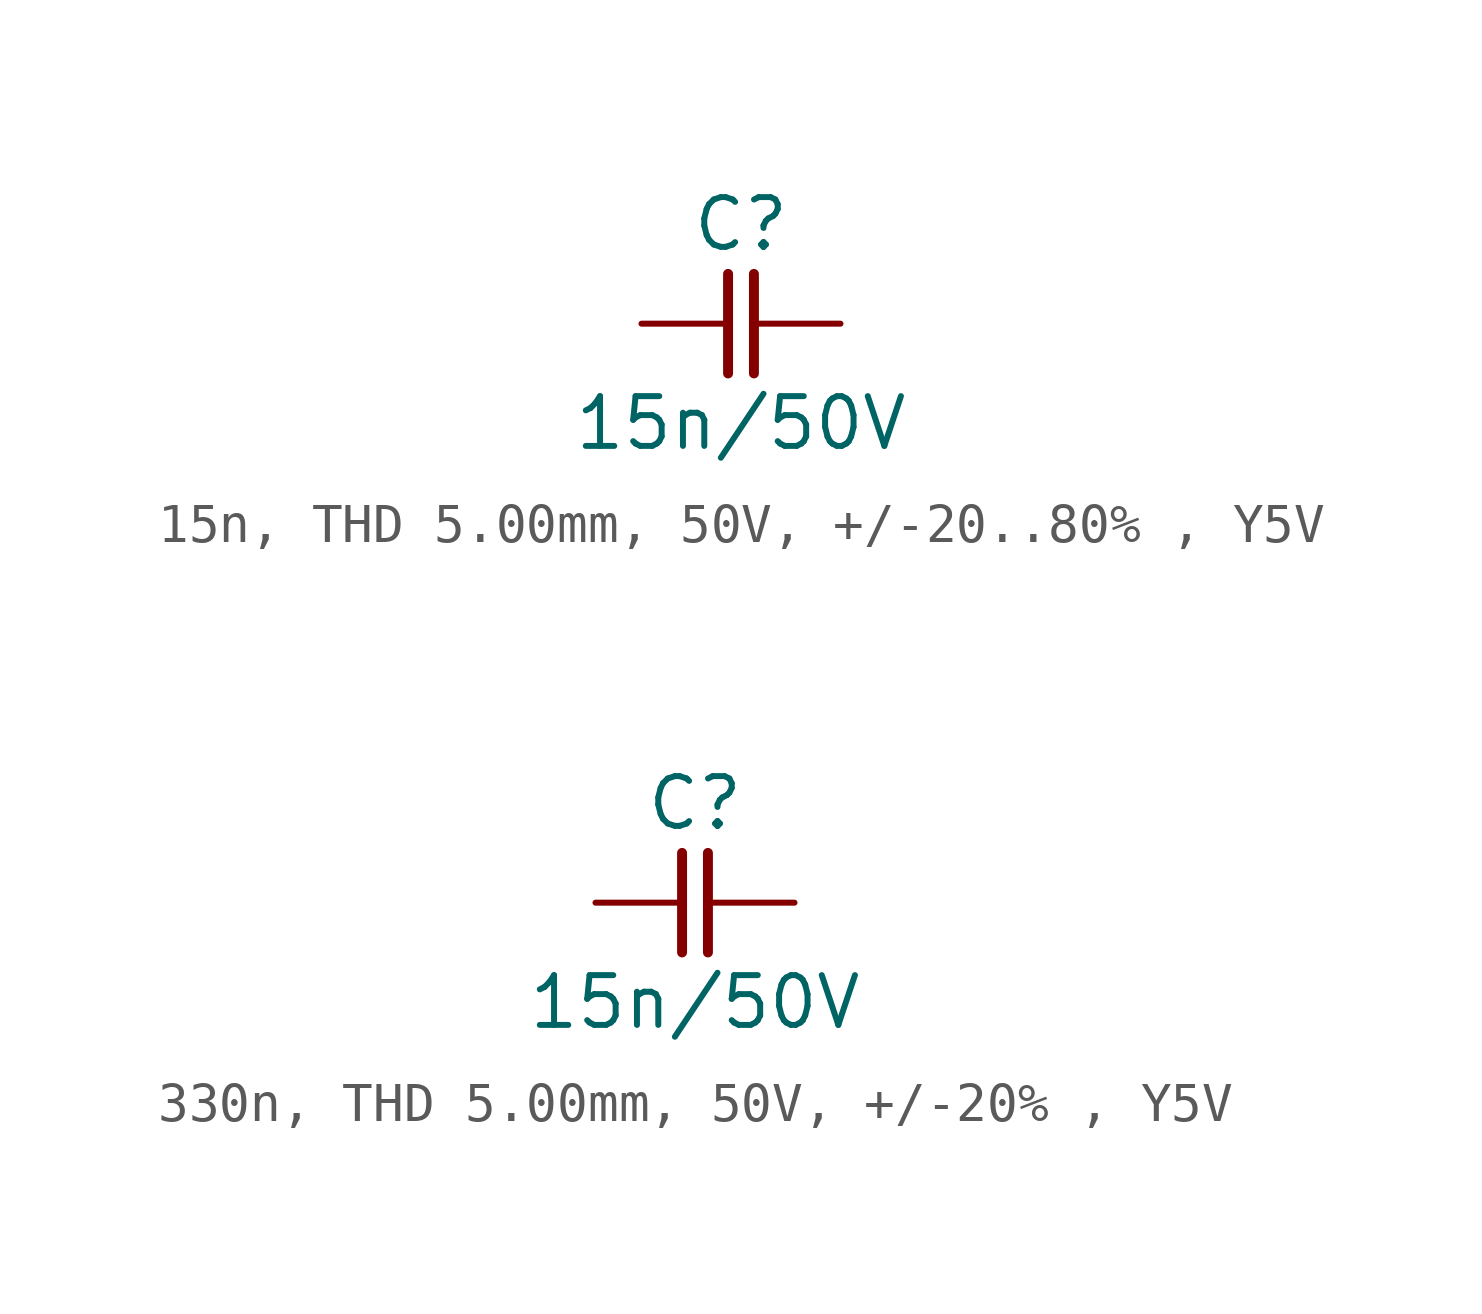
<source format=kicad_sym>
(kicad_symbol_lib
  (version 20220914)
  (generator kicad_symbol_editor)
  (symbol "15n, THD 5.00mm, 50V, +/-20..80% , Y5V"
    (pin_numbers hide)
    (pin_names
      (offset 0) hide)
    (property "Reference" "C"
      (at 0 2.54 0)
      (effects (font (size 1.27 1.27))))
    (property "Value" "15n/50V"
      (at 0 -2.54 0)
      (effects (font (size 1.27 1.27))))
    (symbol "15n, THD 5.00mm, 50V, +/-20..80% , Y5V_0_1"
      (polyline (pts (xy -0.33 1.27) (xy -0.33 -1.27)) (stroke (width 0.254) (type default)) (fill (type none)))
      (polyline (pts (xy 0.33 1.27) (xy 0.33 -1.27)) (stroke (width 0.254) (type default)) (fill (type none))))
    (symbol "15n, THD 5.00mm, 50V, +/-20..80% , Y5V_1_1"
      (pin passive line (at -2.54 0 0) (length 2.21) (name "1" (effects (font (size 1.27 1.27)))) (number "1" (effects (font (size 1.27 1.27)))))
      (pin passive line (at 2.54 0 180) (length 2.21) (name "2" (effects (font (size 1.27 1.27)))) (number "2" (effects (font (size 1.27 1.27)))))))
  (symbol "330n, THD 5.00mm, 50V, +/-20% , Y5V"
    (pin_numbers hide)
    (pin_names
      (offset 0) hide)
    (property "Reference" "C"
      (at 0 2.54 0)
      (effects (font (size 1.27 1.27))))
    (property "Value" "15n/50V"
      (at 0 -2.54 0)
      (effects (font (size 1.27 1.27))))
    (symbol "330n, THD 5.00mm, 50V, +/-20% , Y5V_0_1"
      (polyline (pts (xy -0.33 1.27) (xy -0.33 -1.27)) (stroke (width 0.254) (type default)) (fill (type none)))
      (polyline (pts (xy 0.33 1.27) (xy 0.33 -1.27)) (stroke (width 0.254) (type default)) (fill (type none))))
    (symbol "330n, THD 5.00mm, 50V, +/-20% , Y5V_1_1"
      (pin passive line (at -2.54 0 0) (length 2.21) (name "1" (effects (font (size 1.27 1.27)))) (number "1" (effects (font (size 1.27 1.27)))))
      (pin passive line (at 2.54 0 180) (length 2.21) (name "2" (effects (font (size 1.27 1.27)))) (number "2" (effects (font (size 1.27 1.27))))))))
</source>
